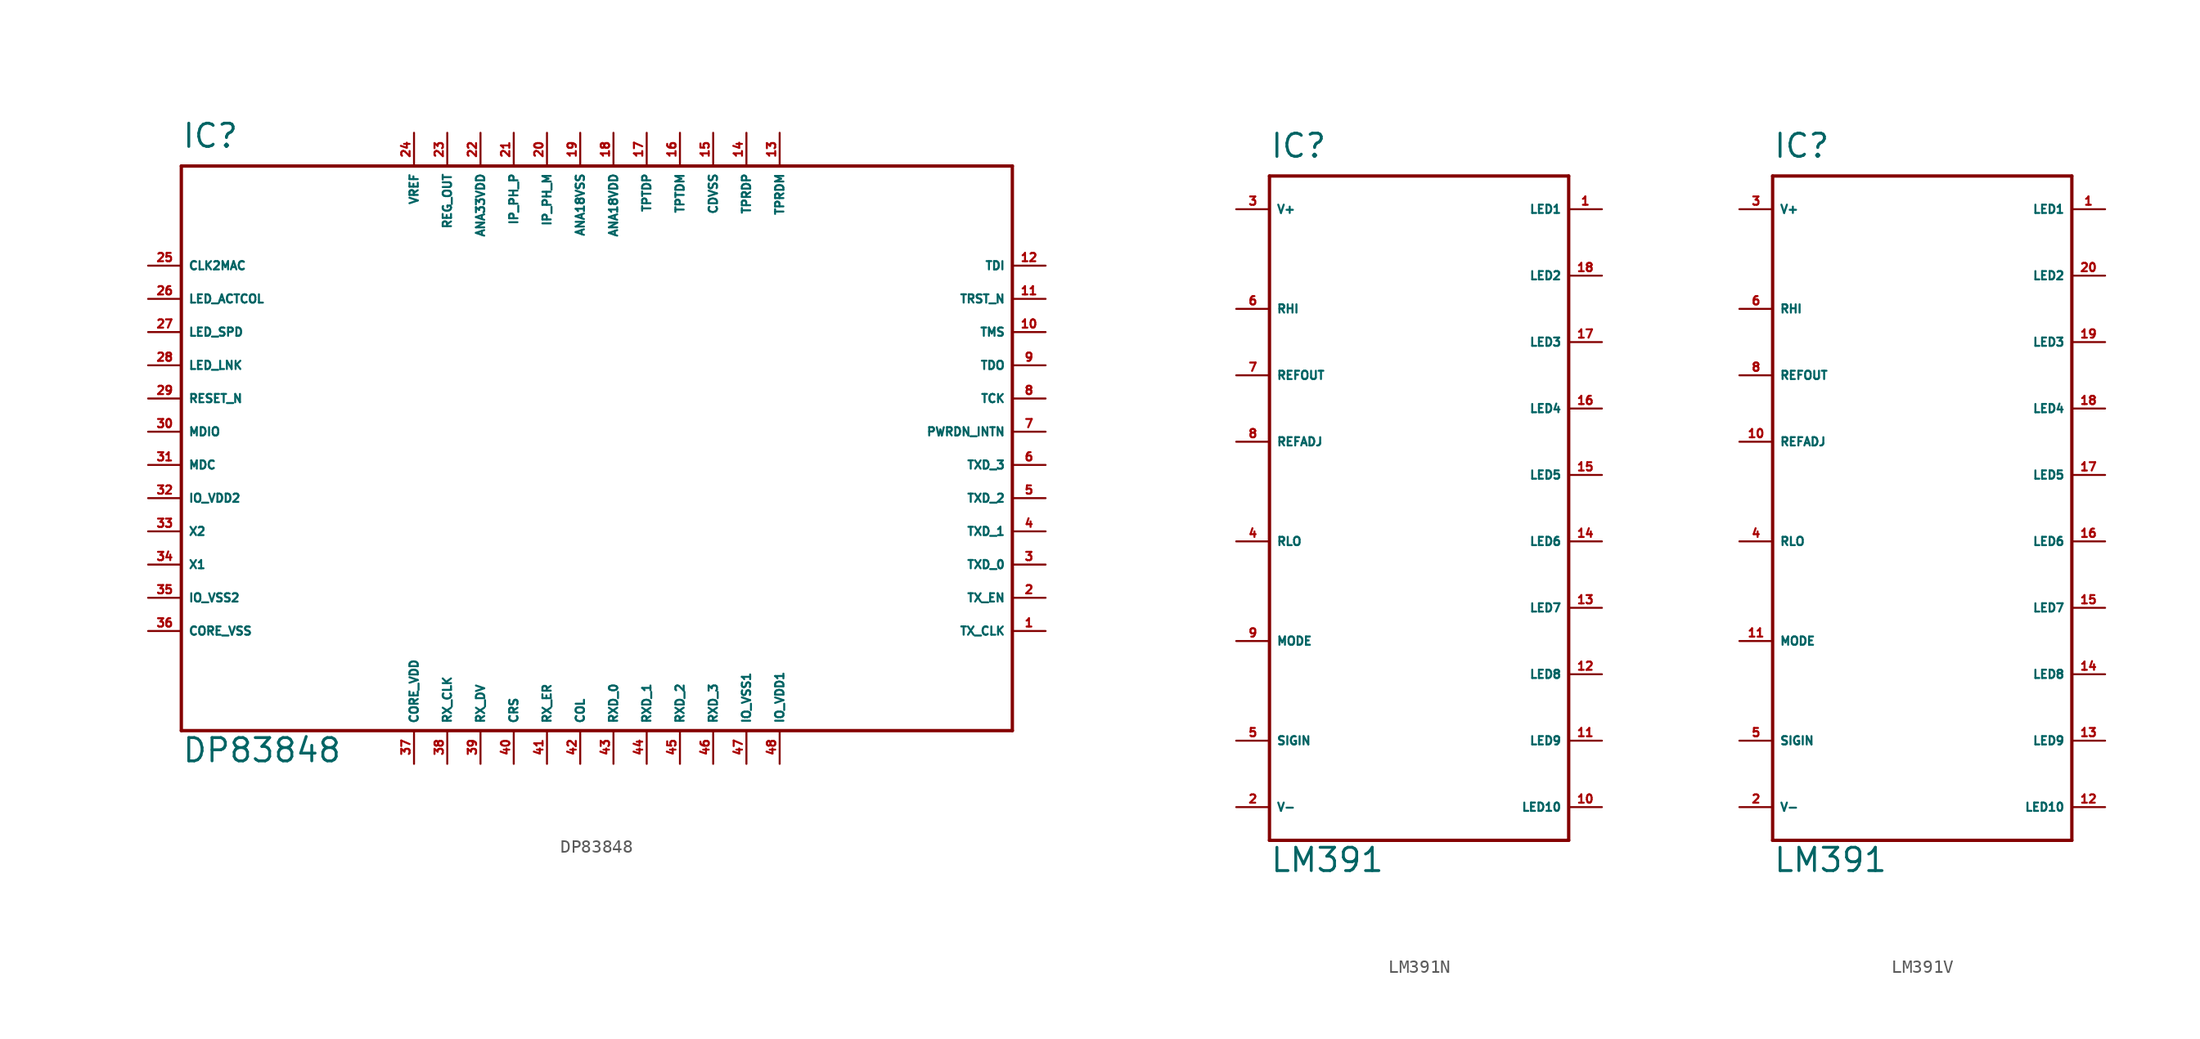
<source format=kicad_sym>
(kicad_symbol_lib
  (version 20220914)
  (generator Eagle2Kicad)
  (symbol "DP83848"
    (property "Reference" "IC"
      (at -33.02 21.59 0)
      (effects (font (size 1.778 1.778) (thickness 0.22)) (justify left bottom)))
    (property "Value" "DP83848"
      (at -33.02 -25.4 0)
      (effects (font (size 1.778 1.778) (thickness 0.22)) (justify left bottom)))
    (polyline
      (pts (xy -33.02 -22.86) (xy 30.48 -22.86))
      (stroke (width 0.254) (type default))
      (fill (type none)))
    (polyline
      (pts (xy 30.48 -22.86) (xy 30.48 20.32))
      (stroke (width 0.254) (type default))
      (fill (type none)))
    (polyline
      (pts (xy 30.48 20.32) (xy -33.02 20.32))
      (stroke (width 0.254) (type default))
      (fill (type none)))
    (polyline
      (pts (xy -33.02 20.32) (xy -33.02 -22.86))
      (stroke (width 0.254) (type default))
      (fill (type none)))
    (pin bidirectional line
      (at -35.56 12.7 0)
      (length 2.54)
      (name "CLK2MAC" (effects (font (size 0.635 0.635) (thickness 0.08)) (justify left bottom)))
      (number "25" (effects (font (size 0.635 0.635) (thickness 0.08)) (justify left bottom))))
    (pin bidirectional line
      (at -35.56 10.16 0)
      (length 2.54)
      (name "LED_ACTCOL" (effects (font (size 0.635 0.635) (thickness 0.08)) (justify left bottom)))
      (number "26" (effects (font (size 0.635 0.635) (thickness 0.08)) (justify left bottom))))
    (pin bidirectional line
      (at -35.56 7.62 0)
      (length 2.54)
      (name "LED_SPD" (effects (font (size 0.635 0.635) (thickness 0.08)) (justify left bottom)))
      (number "27" (effects (font (size 0.635 0.635) (thickness 0.08)) (justify left bottom))))
    (pin bidirectional line
      (at -35.56 5.08 0)
      (length 2.54)
      (name "LED_LNK" (effects (font (size 0.635 0.635) (thickness 0.08)) (justify left bottom)))
      (number "28" (effects (font (size 0.635 0.635) (thickness 0.08)) (justify left bottom))))
    (pin input line
      (at -35.56 2.54 0)
      (length 2.54)
      (name "RESET_N" (effects (font (size 0.635 0.635) (thickness 0.08)) (justify left bottom)))
      (number "29" (effects (font (size 0.635 0.635) (thickness 0.08)) (justify left bottom))))
    (pin bidirectional line
      (at -35.56 0 0)
      (length 2.54)
      (name "MDIO" (effects (font (size 0.635 0.635) (thickness 0.08)) (justify left bottom)))
      (number "30" (effects (font (size 0.635 0.635) (thickness 0.08)) (justify left bottom))))
    (pin input line
      (at -35.56 -2.54 0)
      (length 2.54)
      (name "MDC" (effects (font (size 0.635 0.635) (thickness 0.08)) (justify left bottom)))
      (number "31" (effects (font (size 0.635 0.635) (thickness 0.08)) (justify left bottom))))
    (pin unspecified line
      (at -35.56 -5.08 0)
      (length 2.54)
      (name "IO_VDD2" (effects (font (size 0.635 0.635) (thickness 0.08)) (justify left bottom)))
      (number "32" (effects (font (size 0.635 0.635) (thickness 0.08)) (justify left bottom))))
    (pin output line
      (at -35.56 -7.62 0)
      (length 2.54)
      (name "X2" (effects (font (size 0.635 0.635) (thickness 0.08)) (justify left bottom)))
      (number "33" (effects (font (size 0.635 0.635) (thickness 0.08)) (justify left bottom))))
    (pin input line
      (at -35.56 -10.16 0)
      (length 2.54)
      (name "X1" (effects (font (size 0.635 0.635) (thickness 0.08)) (justify left bottom)))
      (number "34" (effects (font (size 0.635 0.635) (thickness 0.08)) (justify left bottom))))
    (pin unspecified line
      (at -35.56 -12.7 0)
      (length 2.54)
      (name "IO_VSS2" (effects (font (size 0.635 0.635) (thickness 0.08)) (justify left bottom)))
      (number "35" (effects (font (size 0.635 0.635) (thickness 0.08)) (justify left bottom))))
    (pin unspecified line
      (at -35.56 -15.24 0)
      (length 2.54)
      (name "CORE_VSS" (effects (font (size 0.635 0.635) (thickness 0.08)) (justify left bottom)))
      (number "36" (effects (font (size 0.635 0.635) (thickness 0.08)) (justify left bottom))))
    (pin unspecified line
      (at -15.24 -25.4 90)
      (length 2.54)
      (name "CORE_VDD" (effects (font (size 0.635 0.635) (thickness 0.08)) (justify left bottom)))
      (number "37" (effects (font (size 0.635 0.635) (thickness 0.08)) (justify left bottom))))
    (pin bidirectional line
      (at -12.7 -25.4 90)
      (length 2.54)
      (name "RX_CLK" (effects (font (size 0.635 0.635) (thickness 0.08)) (justify left bottom)))
      (number "38" (effects (font (size 0.635 0.635) (thickness 0.08)) (justify left bottom))))
    (pin bidirectional line
      (at -10.16 -25.4 90)
      (length 2.54)
      (name "RX_DV" (effects (font (size 0.635 0.635) (thickness 0.08)) (justify left bottom)))
      (number "39" (effects (font (size 0.635 0.635) (thickness 0.08)) (justify left bottom))))
    (pin bidirectional line
      (at -7.62 -25.4 90)
      (length 2.54)
      (name "CRS" (effects (font (size 0.635 0.635) (thickness 0.08)) (justify left bottom)))
      (number "40" (effects (font (size 0.635 0.635) (thickness 0.08)) (justify left bottom))))
    (pin bidirectional line
      (at -5.08 -25.4 90)
      (length 2.54)
      (name "RX_ER" (effects (font (size 0.635 0.635) (thickness 0.08)) (justify left bottom)))
      (number "41" (effects (font (size 0.635 0.635) (thickness 0.08)) (justify left bottom))))
    (pin bidirectional line
      (at -2.54 -25.4 90)
      (length 2.54)
      (name "COL" (effects (font (size 0.635 0.635) (thickness 0.08)) (justify left bottom)))
      (number "42" (effects (font (size 0.635 0.635) (thickness 0.08)) (justify left bottom))))
    (pin bidirectional line
      (at 0 -25.4 90)
      (length 2.54)
      (name "RXD_0" (effects (font (size 0.635 0.635) (thickness 0.08)) (justify left bottom)))
      (number "43" (effects (font (size 0.635 0.635) (thickness 0.08)) (justify left bottom))))
    (pin bidirectional line
      (at 2.54 -25.4 90)
      (length 2.54)
      (name "RXD_1" (effects (font (size 0.635 0.635) (thickness 0.08)) (justify left bottom)))
      (number "44" (effects (font (size 0.635 0.635) (thickness 0.08)) (justify left bottom))))
    (pin bidirectional line
      (at 5.08 -25.4 90)
      (length 2.54)
      (name "RXD_2" (effects (font (size 0.635 0.635) (thickness 0.08)) (justify left bottom)))
      (number "45" (effects (font (size 0.635 0.635) (thickness 0.08)) (justify left bottom))))
    (pin bidirectional line
      (at 7.62 -25.4 90)
      (length 2.54)
      (name "RXD_3" (effects (font (size 0.635 0.635) (thickness 0.08)) (justify left bottom)))
      (number "46" (effects (font (size 0.635 0.635) (thickness 0.08)) (justify left bottom))))
    (pin unspecified line
      (at 10.16 -25.4 90)
      (length 2.54)
      (name "IO_VSS1" (effects (font (size 0.635 0.635) (thickness 0.08)) (justify left bottom)))
      (number "47" (effects (font (size 0.635 0.635) (thickness 0.08)) (justify left bottom))))
    (pin unspecified line
      (at 12.7 -25.4 90)
      (length 2.54)
      (name "IO_VDD1" (effects (font (size 0.635 0.635) (thickness 0.08)) (justify left bottom)))
      (number "48" (effects (font (size 0.635 0.635) (thickness 0.08)) (justify left bottom))))
    (pin bidirectional line
      (at 33.02 -15.24 180)
      (length 2.54)
      (name "TX_CLK" (effects (font (size 0.635 0.635) (thickness 0.08)) (justify left bottom)))
      (number "1" (effects (font (size 0.635 0.635) (thickness 0.08)) (justify left bottom))))
    (pin bidirectional line
      (at 33.02 -12.7 180)
      (length 2.54)
      (name "TX_EN" (effects (font (size 0.635 0.635) (thickness 0.08)) (justify left bottom)))
      (number "2" (effects (font (size 0.635 0.635) (thickness 0.08)) (justify left bottom))))
    (pin bidirectional line
      (at 33.02 -10.16 180)
      (length 2.54)
      (name "TXD_0" (effects (font (size 0.635 0.635) (thickness 0.08)) (justify left bottom)))
      (number "3" (effects (font (size 0.635 0.635) (thickness 0.08)) (justify left bottom))))
    (pin bidirectional line
      (at 33.02 -7.62 180)
      (length 2.54)
      (name "TXD_1" (effects (font (size 0.635 0.635) (thickness 0.08)) (justify left bottom)))
      (number "4" (effects (font (size 0.635 0.635) (thickness 0.08)) (justify left bottom))))
    (pin bidirectional line
      (at 33.02 -5.08 180)
      (length 2.54)
      (name "TXD_2" (effects (font (size 0.635 0.635) (thickness 0.08)) (justify left bottom)))
      (number "5" (effects (font (size 0.635 0.635) (thickness 0.08)) (justify left bottom))))
    (pin bidirectional line
      (at 33.02 -2.54 180)
      (length 2.54)
      (name "TXD_3" (effects (font (size 0.635 0.635) (thickness 0.08)) (justify left bottom)))
      (number "6" (effects (font (size 0.635 0.635) (thickness 0.08)) (justify left bottom))))
    (pin bidirectional line
      (at 33.02 0 180)
      (length 2.54)
      (name "PWRDN_INTN" (effects (font (size 0.635 0.635) (thickness 0.08)) (justify left bottom)))
      (number "7" (effects (font (size 0.635 0.635) (thickness 0.08)) (justify left bottom))))
    (pin input line
      (at 33.02 2.54 180)
      (length 2.54)
      (name "TCK" (effects (font (size 0.635 0.635) (thickness 0.08)) (justify left bottom)))
      (number "8" (effects (font (size 0.635 0.635) (thickness 0.08)) (justify left bottom))))
    (pin output line
      (at 33.02 5.08 180)
      (length 2.54)
      (name "TDO" (effects (font (size 0.635 0.635) (thickness 0.08)) (justify left bottom)))
      (number "9" (effects (font (size 0.635 0.635) (thickness 0.08)) (justify left bottom))))
    (pin input line
      (at 33.02 7.62 180)
      (length 2.54)
      (name "TMS" (effects (font (size 0.635 0.635) (thickness 0.08)) (justify left bottom)))
      (number "10" (effects (font (size 0.635 0.635) (thickness 0.08)) (justify left bottom))))
    (pin input line
      (at 33.02 10.16 180)
      (length 2.54)
      (name "TRST_N" (effects (font (size 0.635 0.635) (thickness 0.08)) (justify left bottom)))
      (number "11" (effects (font (size 0.635 0.635) (thickness 0.08)) (justify left bottom))))
    (pin input line
      (at 33.02 12.7 180)
      (length 2.54)
      (name "TDI" (effects (font (size 0.635 0.635) (thickness 0.08)) (justify left bottom)))
      (number "12" (effects (font (size 0.635 0.635) (thickness 0.08)) (justify left bottom))))
    (pin bidirectional line
      (at 12.7 22.86 270)
      (length 2.54)
      (name "TPRDM" (effects (font (size 0.635 0.635) (thickness 0.08)) (justify left bottom)))
      (number "13" (effects (font (size 0.635 0.635) (thickness 0.08)) (justify left bottom))))
    (pin bidirectional line
      (at 10.16 22.86 270)
      (length 2.54)
      (name "TPRDP" (effects (font (size 0.635 0.635) (thickness 0.08)) (justify left bottom)))
      (number "14" (effects (font (size 0.635 0.635) (thickness 0.08)) (justify left bottom))))
    (pin unspecified line
      (at 7.62 22.86 270)
      (length 2.54)
      (name "CDVSS" (effects (font (size 0.635 0.635) (thickness 0.08)) (justify left bottom)))
      (number "15" (effects (font (size 0.635 0.635) (thickness 0.08)) (justify left bottom))))
    (pin bidirectional line
      (at 5.08 22.86 270)
      (length 2.54)
      (name "TPTDM" (effects (font (size 0.635 0.635) (thickness 0.08)) (justify left bottom)))
      (number "16" (effects (font (size 0.635 0.635) (thickness 0.08)) (justify left bottom))))
    (pin bidirectional line
      (at 2.54 22.86 270)
      (length 2.54)
      (name "TPTDP" (effects (font (size 0.635 0.635) (thickness 0.08)) (justify left bottom)))
      (number "17" (effects (font (size 0.635 0.635) (thickness 0.08)) (justify left bottom))))
    (pin unspecified line
      (at 0 22.86 270)
      (length 2.54)
      (name "ANA18VDD" (effects (font (size 0.635 0.635) (thickness 0.08)) (justify left bottom)))
      (number "18" (effects (font (size 0.635 0.635) (thickness 0.08)) (justify left bottom))))
    (pin unspecified line
      (at -2.54 22.86 270)
      (length 2.54)
      (name "ANA18VSS" (effects (font (size 0.635 0.635) (thickness 0.08)) (justify left bottom)))
      (number "19" (effects (font (size 0.635 0.635) (thickness 0.08)) (justify left bottom))))
    (pin input line
      (at -5.08 22.86 270)
      (length 2.54)
      (name "IP_PH_M" (effects (font (size 0.635 0.635) (thickness 0.08)) (justify left bottom)))
      (number "20" (effects (font (size 0.635 0.635) (thickness 0.08)) (justify left bottom))))
    (pin input line
      (at -7.62 22.86 270)
      (length 2.54)
      (name "IP_PH_P" (effects (font (size 0.635 0.635) (thickness 0.08)) (justify left bottom)))
      (number "21" (effects (font (size 0.635 0.635) (thickness 0.08)) (justify left bottom))))
    (pin unspecified line
      (at -10.16 22.86 270)
      (length 2.54)
      (name "ANA33VDD" (effects (font (size 0.635 0.635) (thickness 0.08)) (justify left bottom)))
      (number "22" (effects (font (size 0.635 0.635) (thickness 0.08)) (justify left bottom))))
    (pin output line
      (at -12.7 22.86 270)
      (length 2.54)
      (name "REG_OUT" (effects (font (size 0.635 0.635) (thickness 0.08)) (justify left bottom)))
      (number "23" (effects (font (size 0.635 0.635) (thickness 0.08)) (justify left bottom))))
    (pin bidirectional line
      (at -15.24 22.86 270)
      (length 2.54)
      (name "VREF" (effects (font (size 0.635 0.635) (thickness 0.08)) (justify left bottom)))
      (number "24" (effects (font (size 0.635 0.635) (thickness 0.08)) (justify left bottom)))))
  (symbol "LM391N"
    (property "Reference" "IC"
      (at -10.16 26.67 0)
      (effects (font (size 1.778 1.778) (thickness 0.22)) (justify left bottom)))
    (property "Value" "LM391"
      (at -10.16 -27.94 0)
      (effects (font (size 1.778 1.778) (thickness 0.22)) (justify left bottom)))
    (polyline
      (pts (xy -10.16 25.4) (xy 12.7 25.4))
      (stroke (width 0.254) (type default))
      (fill (type none)))
    (polyline
      (pts (xy 12.7 25.4) (xy 12.7 -25.4))
      (stroke (width 0.254) (type default))
      (fill (type none)))
    (polyline
      (pts (xy 12.7 -25.4) (xy -10.16 -25.4))
      (stroke (width 0.254) (type default))
      (fill (type none)))
    (polyline
      (pts (xy -10.16 -25.4) (xy -10.16 25.4))
      (stroke (width 0.254) (type default))
      (fill (type none)))
    (pin input line
      (at -12.7 15.24 0)
      (length 2.54)
      (name "RHI" (effects (font (size 0.635 0.635) (thickness 0.08)) (justify left bottom)))
      (number "6" (effects (font (size 0.635 0.635) (thickness 0.08)) (justify left bottom))))
    (pin input line
      (at -12.7 -2.54 0)
      (length 2.54)
      (name "RLO" (effects (font (size 0.635 0.635) (thickness 0.08)) (justify left bottom)))
      (number "4" (effects (font (size 0.635 0.635) (thickness 0.08)) (justify left bottom))))
    (pin output line
      (at -12.7 10.16 0)
      (length 2.54)
      (name "REFOUT" (effects (font (size 0.635 0.635) (thickness 0.08)) (justify left bottom)))
      (number "7" (effects (font (size 0.635 0.635) (thickness 0.08)) (justify left bottom))))
    (pin passive line
      (at -12.7 5.08 0)
      (length 2.54)
      (name "REFADJ" (effects (font (size 0.635 0.635) (thickness 0.08)) (justify left bottom)))
      (number "8" (effects (font (size 0.635 0.635) (thickness 0.08)) (justify left bottom))))
    (pin unspecified line
      (at -12.7 22.86 0)
      (length 2.54)
      (name "V+" (effects (font (size 0.635 0.635) (thickness 0.08)) (justify left bottom)))
      (number "3" (effects (font (size 0.635 0.635) (thickness 0.08)) (justify left bottom))))
    (pin unspecified line
      (at -12.7 -22.86 0)
      (length 2.54)
      (name "V-" (effects (font (size 0.635 0.635) (thickness 0.08)) (justify left bottom)))
      (number "2" (effects (font (size 0.635 0.635) (thickness 0.08)) (justify left bottom))))
    (pin input line
      (at -12.7 -17.78 0)
      (length 2.54)
      (name "SIGIN" (effects (font (size 0.635 0.635) (thickness 0.08)) (justify left bottom)))
      (number "5" (effects (font (size 0.635 0.635) (thickness 0.08)) (justify left bottom))))
    (pin output line
      (at 15.24 22.86 180)
      (length 2.54)
      (name "LED1" (effects (font (size 0.635 0.635) (thickness 0.08)) (justify left bottom)))
      (number "1" (effects (font (size 0.635 0.635) (thickness 0.08)) (justify left bottom))))
    (pin output line
      (at 15.24 17.78 180)
      (length 2.54)
      (name "LED2" (effects (font (size 0.635 0.635) (thickness 0.08)) (justify left bottom)))
      (number "18" (effects (font (size 0.635 0.635) (thickness 0.08)) (justify left bottom))))
    (pin output line
      (at 15.24 12.7 180)
      (length 2.54)
      (name "LED3" (effects (font (size 0.635 0.635) (thickness 0.08)) (justify left bottom)))
      (number "17" (effects (font (size 0.635 0.635) (thickness 0.08)) (justify left bottom))))
    (pin output line
      (at 15.24 7.62 180)
      (length 2.54)
      (name "LED4" (effects (font (size 0.635 0.635) (thickness 0.08)) (justify left bottom)))
      (number "16" (effects (font (size 0.635 0.635) (thickness 0.08)) (justify left bottom))))
    (pin output line
      (at 15.24 2.54 180)
      (length 2.54)
      (name "LED5" (effects (font (size 0.635 0.635) (thickness 0.08)) (justify left bottom)))
      (number "15" (effects (font (size 0.635 0.635) (thickness 0.08)) (justify left bottom))))
    (pin output line
      (at 15.24 -2.54 180)
      (length 2.54)
      (name "LED6" (effects (font (size 0.635 0.635) (thickness 0.08)) (justify left bottom)))
      (number "14" (effects (font (size 0.635 0.635) (thickness 0.08)) (justify left bottom))))
    (pin output line
      (at 15.24 -7.62 180)
      (length 2.54)
      (name "LED7" (effects (font (size 0.635 0.635) (thickness 0.08)) (justify left bottom)))
      (number "13" (effects (font (size 0.635 0.635) (thickness 0.08)) (justify left bottom))))
    (pin output line
      (at 15.24 -12.7 180)
      (length 2.54)
      (name "LED8" (effects (font (size 0.635 0.635) (thickness 0.08)) (justify left bottom)))
      (number "12" (effects (font (size 0.635 0.635) (thickness 0.08)) (justify left bottom))))
    (pin output line
      (at 15.24 -17.78 180)
      (length 2.54)
      (name "LED9" (effects (font (size 0.635 0.635) (thickness 0.08)) (justify left bottom)))
      (number "11" (effects (font (size 0.635 0.635) (thickness 0.08)) (justify left bottom))))
    (pin output line
      (at 15.24 -22.86 180)
      (length 2.54)
      (name "LED10" (effects (font (size 0.635 0.635) (thickness 0.08)) (justify left bottom)))
      (number "10" (effects (font (size 0.635 0.635) (thickness 0.08)) (justify left bottom))))
    (pin input line
      (at -12.7 -10.16 0)
      (length 2.54)
      (name "MODE" (effects (font (size 0.635 0.635) (thickness 0.08)) (justify left bottom)))
      (number "9" (effects (font (size 0.635 0.635) (thickness 0.08)) (justify left bottom)))))
  (symbol "LM391V"
    (property "Reference" "IC"
      (at -10.16 26.67 0)
      (effects (font (size 1.778 1.778) (thickness 0.22)) (justify left bottom)))
    (property "Value" "LM391"
      (at -10.16 -27.94 0)
      (effects (font (size 1.778 1.778) (thickness 0.22)) (justify left bottom)))
    (polyline
      (pts (xy -10.16 25.4) (xy 12.7 25.4))
      (stroke (width 0.254) (type default))
      (fill (type none)))
    (polyline
      (pts (xy 12.7 25.4) (xy 12.7 -25.4))
      (stroke (width 0.254) (type default))
      (fill (type none)))
    (polyline
      (pts (xy 12.7 -25.4) (xy -10.16 -25.4))
      (stroke (width 0.254) (type default))
      (fill (type none)))
    (polyline
      (pts (xy -10.16 -25.4) (xy -10.16 25.4))
      (stroke (width 0.254) (type default))
      (fill (type none)))
    (pin input line
      (at -12.7 15.24 0)
      (length 2.54)
      (name "RHI" (effects (font (size 0.635 0.635) (thickness 0.08)) (justify left bottom)))
      (number "6" (effects (font (size 0.635 0.635) (thickness 0.08)) (justify left bottom))))
    (pin input line
      (at -12.7 -2.54 0)
      (length 2.54)
      (name "RLO" (effects (font (size 0.635 0.635) (thickness 0.08)) (justify left bottom)))
      (number "4" (effects (font (size 0.635 0.635) (thickness 0.08)) (justify left bottom))))
    (pin output line
      (at -12.7 10.16 0)
      (length 2.54)
      (name "REFOUT" (effects (font (size 0.635 0.635) (thickness 0.08)) (justify left bottom)))
      (number "8" (effects (font (size 0.635 0.635) (thickness 0.08)) (justify left bottom))))
    (pin passive line
      (at -12.7 5.08 0)
      (length 2.54)
      (name "REFADJ" (effects (font (size 0.635 0.635) (thickness 0.08)) (justify left bottom)))
      (number "10" (effects (font (size 0.635 0.635) (thickness 0.08)) (justify left bottom))))
    (pin unspecified line
      (at -12.7 22.86 0)
      (length 2.54)
      (name "V+" (effects (font (size 0.635 0.635) (thickness 0.08)) (justify left bottom)))
      (number "3" (effects (font (size 0.635 0.635) (thickness 0.08)) (justify left bottom))))
    (pin unspecified line
      (at -12.7 -22.86 0)
      (length 2.54)
      (name "V-" (effects (font (size 0.635 0.635) (thickness 0.08)) (justify left bottom)))
      (number "2" (effects (font (size 0.635 0.635) (thickness 0.08)) (justify left bottom))))
    (pin input line
      (at -12.7 -17.78 0)
      (length 2.54)
      (name "SIGIN" (effects (font (size 0.635 0.635) (thickness 0.08)) (justify left bottom)))
      (number "5" (effects (font (size 0.635 0.635) (thickness 0.08)) (justify left bottom))))
    (pin output line
      (at 15.24 22.86 180)
      (length 2.54)
      (name "LED1" (effects (font (size 0.635 0.635) (thickness 0.08)) (justify left bottom)))
      (number "1" (effects (font (size 0.635 0.635) (thickness 0.08)) (justify left bottom))))
    (pin output line
      (at 15.24 17.78 180)
      (length 2.54)
      (name "LED2" (effects (font (size 0.635 0.635) (thickness 0.08)) (justify left bottom)))
      (number "20" (effects (font (size 0.635 0.635) (thickness 0.08)) (justify left bottom))))
    (pin output line
      (at 15.24 12.7 180)
      (length 2.54)
      (name "LED3" (effects (font (size 0.635 0.635) (thickness 0.08)) (justify left bottom)))
      (number "19" (effects (font (size 0.635 0.635) (thickness 0.08)) (justify left bottom))))
    (pin output line
      (at 15.24 7.62 180)
      (length 2.54)
      (name "LED4" (effects (font (size 0.635 0.635) (thickness 0.08)) (justify left bottom)))
      (number "18" (effects (font (size 0.635 0.635) (thickness 0.08)) (justify left bottom))))
    (pin output line
      (at 15.24 2.54 180)
      (length 2.54)
      (name "LED5" (effects (font (size 0.635 0.635) (thickness 0.08)) (justify left bottom)))
      (number "17" (effects (font (size 0.635 0.635) (thickness 0.08)) (justify left bottom))))
    (pin output line
      (at 15.24 -2.54 180)
      (length 2.54)
      (name "LED6" (effects (font (size 0.635 0.635) (thickness 0.08)) (justify left bottom)))
      (number "16" (effects (font (size 0.635 0.635) (thickness 0.08)) (justify left bottom))))
    (pin output line
      (at 15.24 -7.62 180)
      (length 2.54)
      (name "LED7" (effects (font (size 0.635 0.635) (thickness 0.08)) (justify left bottom)))
      (number "15" (effects (font (size 0.635 0.635) (thickness 0.08)) (justify left bottom))))
    (pin output line
      (at 15.24 -12.7 180)
      (length 2.54)
      (name "LED8" (effects (font (size 0.635 0.635) (thickness 0.08)) (justify left bottom)))
      (number "14" (effects (font (size 0.635 0.635) (thickness 0.08)) (justify left bottom))))
    (pin output line
      (at 15.24 -17.78 180)
      (length 2.54)
      (name "LED9" (effects (font (size 0.635 0.635) (thickness 0.08)) (justify left bottom)))
      (number "13" (effects (font (size 0.635 0.635) (thickness 0.08)) (justify left bottom))))
    (pin output line
      (at 15.24 -22.86 180)
      (length 2.54)
      (name "LED10" (effects (font (size 0.635 0.635) (thickness 0.08)) (justify left bottom)))
      (number "12" (effects (font (size 0.635 0.635) (thickness 0.08)) (justify left bottom))))
    (pin input line
      (at -12.7 -10.16 0)
      (length 2.54)
      (name "MODE" (effects (font (size 0.635 0.635) (thickness 0.08)) (justify left bottom)))
      (number "11" (effects (font (size 0.635 0.635) (thickness 0.08)) (justify left bottom))))))
</source>
